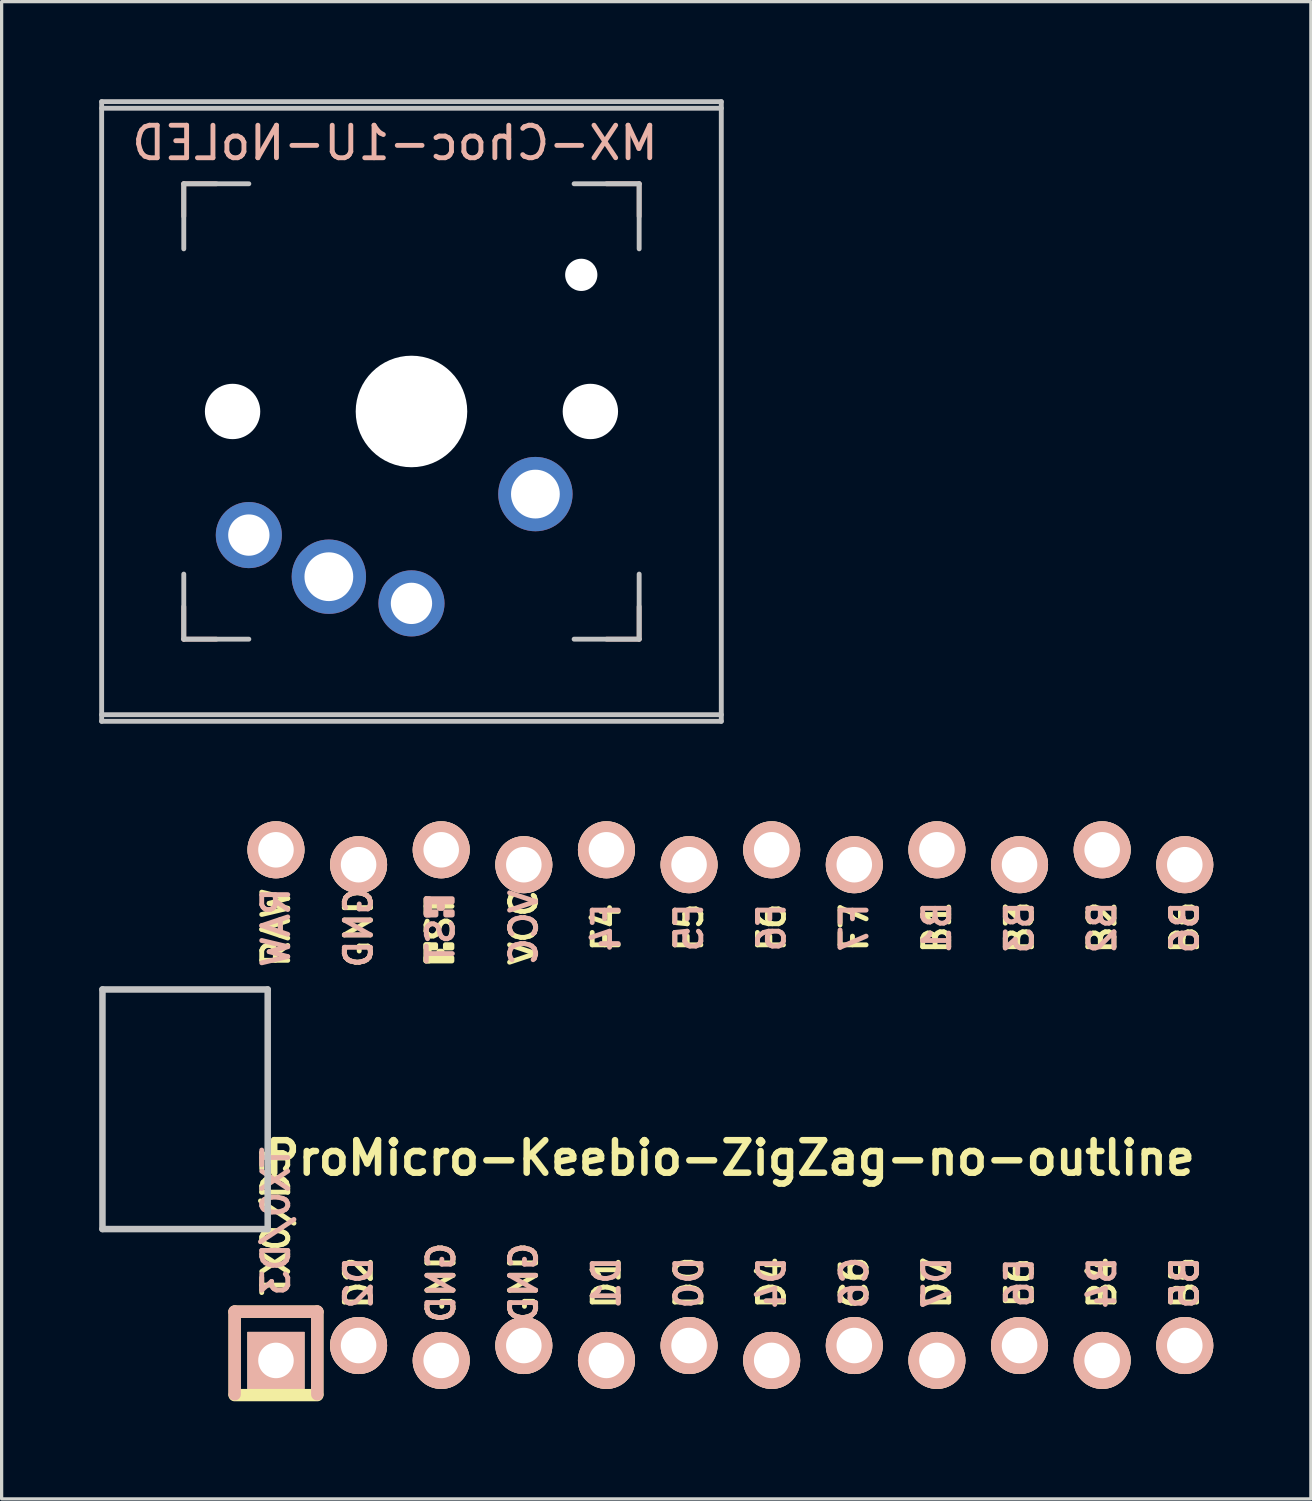
<source format=kicad_pcb>
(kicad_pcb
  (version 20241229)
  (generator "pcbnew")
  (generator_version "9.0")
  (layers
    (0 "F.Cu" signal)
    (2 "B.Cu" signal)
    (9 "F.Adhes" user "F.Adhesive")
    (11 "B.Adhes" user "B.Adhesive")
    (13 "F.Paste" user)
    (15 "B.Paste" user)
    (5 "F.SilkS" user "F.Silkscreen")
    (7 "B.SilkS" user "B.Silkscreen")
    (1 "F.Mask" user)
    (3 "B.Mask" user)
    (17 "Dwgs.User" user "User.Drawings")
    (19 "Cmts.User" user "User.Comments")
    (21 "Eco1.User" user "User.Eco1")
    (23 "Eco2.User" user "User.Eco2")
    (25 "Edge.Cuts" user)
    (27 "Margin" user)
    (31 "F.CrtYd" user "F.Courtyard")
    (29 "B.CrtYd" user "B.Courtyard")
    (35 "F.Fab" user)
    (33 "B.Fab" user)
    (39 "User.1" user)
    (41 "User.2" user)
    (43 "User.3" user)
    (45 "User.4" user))
  (footprint "ProMicro-Keebio-ZigZag-no-outline"
    (layer "F.Cu")
    (at 19.404 30.925)
    (property "Reference" "ProMicro-Keebio-ZigZag-no-outline" (at 0 1.625 0) (layer "F.SilkS") (effects (font (size 1 1) (thickness 0.2))))
    (attr through_hole)
    (fp_line (start -15.24 6.35) (end -15.24 8.89) (stroke (width 0.381) (type solid)) (layer "F.SilkS"))
    (fp_line (start -15.24 6.35) (end -12.7 6.35) (stroke (width 0.381) (type solid)) (layer "F.SilkS"))
    (fp_line (start -15.24 8.915) (end -12.7 8.915) (stroke (width 0.381) (type solid)) (layer "F.SilkS"))
    (fp_line (start -12.7 6.35) (end -12.7 8.89) (stroke (width 0.381) (type solid)) (layer "F.SilkS"))
    (fp_poly (pts (xy -9.361 -4.932) (xy -9.261 -4.932) (xy -9.261 -4.432) (xy -9.361 -4.432)) (stroke (width 0.15) (type solid)) (fill yes) (layer "F.SilkS"))
    (fp_poly (pts (xy -9.361 -4.932) (xy -9.061 -4.932) (xy -9.061 -4.832) (xy -9.361 -4.832)) (stroke (width 0.15) (type solid)) (fill yes) (layer "F.SilkS"))
    (fp_poly (pts (xy -9.361 -4.532) (xy -8.561 -4.532) (xy -8.561 -4.432) (xy -9.361 -4.432)) (stroke (width 0.15) (type solid)) (fill yes) (layer "F.SilkS"))
    (fp_poly (pts (xy -8.961 -4.732) (xy -8.861 -4.732) (xy -8.861 -4.632) (xy -8.961 -4.632)) (stroke (width 0.15) (type solid)) (fill yes) (layer "F.SilkS"))
    (fp_poly (pts (xy -8.761 -4.932) (xy -8.561 -4.932) (xy -8.561 -4.832) (xy -8.761 -4.832)) (stroke (width 0.15) (type solid)) (fill yes) (layer "F.SilkS"))
    (fp_line (start -15.24 6.35) (end -15.24 8.89) (stroke (width 0.381) (type solid)) (layer "B.SilkS"))
    (fp_line (start -15.24 6.35) (end -12.7 6.35) (stroke (width 0.381) (type solid)) (layer "B.SilkS"))
    (fp_line (start -12.7 6.35) (end -12.7 8.89) (stroke (width 0.381) (type solid)) (layer "B.SilkS"))
    (fp_poly (pts (xy -9.351 -6.245) (xy -8.551 -6.245) (xy -8.551 -6.345) (xy -9.351 -6.345)) (stroke (width 0.15) (type solid)) (fill yes) (layer "B.SilkS"))
    (fp_poly (pts (xy -9.351 -5.845) (xy -9.251 -5.845) (xy -9.251 -6.345) (xy -9.351 -6.345)) (stroke (width 0.15) (type solid)) (fill yes) (layer "B.SilkS"))
    (fp_poly (pts (xy -9.351 -5.845) (xy -9.051 -5.845) (xy -9.051 -5.945) (xy -9.351 -5.945)) (stroke (width 0.15) (type solid)) (fill yes) (layer "B.SilkS"))
    (fp_poly (pts (xy -8.951 -6.045) (xy -8.851 -6.045) (xy -8.851 -6.145) (xy -8.951 -6.145)) (stroke (width 0.15) (type solid)) (fill yes) (layer "B.SilkS"))
    (fp_poly (pts (xy -8.751 -5.845) (xy -8.551 -5.845) (xy -8.551 -5.945) (xy -8.751 -5.945)) (stroke (width 0.15) (type solid)) (fill yes) (layer "B.SilkS"))
    (fp_line (start -19.304 -3.556) (end -14.224 -3.556) (stroke (width 0.2) (type solid)) (layer "Dwgs.User"))
    (fp_line (start -19.304 3.81) (end -19.304 -3.556) (stroke (width 0.2) (type solid)) (layer "Dwgs.User"))
    (fp_line (start -14.224 -3.556) (end -14.224 3.81) (stroke (width 0.2) (type solid)) (layer "Dwgs.User"))
    (fp_line (start -14.224 3.81) (end -19.304 3.81) (stroke (width 0.2) (type solid)) (layer "Dwgs.User"))
    (fp_text user "F5" (at -1.27 -5.461 90) (layer "F.SilkS") (effects (font (size 0.8 0.8) (thickness 0.15))))
    (fp_text user "GND" (at -8.89 5.461 90) (layer "F.SilkS") (effects (font (size 0.8 0.8) (thickness 0.15))))
    (fp_text user "TX0/D3" (at -13.97 3.572 90) (layer "F.SilkS") (effects (font (size 0.8 0.8) (thickness 0.15))))
    (fp_text user "B1" (at 6.35 -5.461 90) (layer "F.SilkS") (effects (font (size 0.8 0.8) (thickness 0.15))))
    (fp_text user "B3" (at 8.89 -5.461 90) (layer "F.SilkS") (effects (font (size 0.8 0.8) (thickness 0.15))))
    (fp_text user "C6" (at 3.81 5.461 90) (layer "F.SilkS") (effects (font (size 0.8 0.8) (thickness 0.15))))
    (fp_text user "D1" (at -3.81 5.461 90) (layer "F.SilkS") (effects (font (size 0.8 0.8) (thickness 0.15))))
    (fp_text user "B2" (at 11.43 -5.461 90) (layer "F.SilkS") (effects (font (size 0.8 0.8) (thickness 0.15))))
    (fp_text user "GND" (at -11.43 -5.461 90) (layer "F.SilkS") (effects (font (size 0.8 0.8) (thickness 0.15))))
    (fp_text user "D4" (at 1.27 5.461 90) (layer "F.SilkS") (effects (font (size 0.8 0.8) (thickness 0.15))))
    (fp_text user "F7" (at 3.81 -5.461 90) (layer "F.SilkS") (effects (font (size 0.8 0.8) (thickness 0.15))))
    (fp_text user "D2" (at -11.43 5.461 90) (layer "F.SilkS") (effects (font (size 0.8 0.8) (thickness 0.15))))
    (fp_text user "F6" (at 1.27 -5.461 90) (layer "F.SilkS") (effects (font (size 0.8 0.8) (thickness 0.15))))
    (fp_text user "D7" (at 6.35 5.461 90) (layer "F.SilkS") (effects (font (size 0.8 0.8) (thickness 0.15))))
    (fp_text user "VCC" (at -6.35 -5.461 90) (layer "F.SilkS") (effects (font (size 0.8 0.8) (thickness 0.15))))
    (fp_text user "F4" (at -3.81 -5.461 90) (layer "F.SilkS") (effects (font (size 0.8 0.8) (thickness 0.15))))
    (fp_text user "ST" (at -8.92 -5.733 90) (layer "F.SilkS") (effects (font (size 0.8 0.8) (thickness 0.15))))
    (fp_text user "D0" (at -1.27 5.461 90) (layer "F.SilkS") (effects (font (size 0.8 0.8) (thickness 0.15))))
    (fp_text user "B5" (at 13.97 5.461 90) (layer "F.SilkS") (effects (font (size 0.8 0.8) (thickness 0.15))))
    (fp_text user "E6" (at 8.89 5.461 90) (layer "F.SilkS") (effects (font (size 0.8 0.8) (thickness 0.15))))
    (fp_text user "RAW" (at -13.97 -5.461 90) (layer "F.SilkS") (effects (font (size 0.8 0.8) (thickness 0.15))))
    (fp_text user "GND" (at -6.35 5.461 90) (layer "F.SilkS") (effects (font (size 0.8 0.8) (thickness 0.15))))
    (fp_text user "B6" (at 13.97 -5.461 90) (layer "F.SilkS") (effects (font (size 0.8 0.8) (thickness 0.15))))
    (fp_text user "B4" (at 11.43 5.461 90) (layer "F.SilkS") (effects (font (size 0.8 0.8) (thickness 0.15))))
    (fp_text user "F4" (at -3.81 -5.461 90) (layer "B.SilkS") (effects (font (size 0.8 0.8) (thickness 0.15)) (justify mirror)))
    (fp_text user "B3" (at 8.89 -5.461 90) (layer "B.SilkS") (effects (font (size 0.8 0.8) (thickness 0.15)) (justify mirror)))
    (fp_text user "ST" (at -8.91 -5.04 90) (layer "B.SilkS") (effects (font (size 0.8 0.8) (thickness 0.15)) (justify mirror)))
    (fp_text user "VCC" (at -6.35 -5.461 90) (layer "B.SilkS") (effects (font (size 0.8 0.8) (thickness 0.15)) (justify mirror)))
    (fp_text user "B6" (at 13.97 -5.461 90) (layer "B.SilkS") (effects (font (size 0.8 0.8) (thickness 0.15)) (justify mirror)))
    (fp_text user "D4" (at 1.27 5.461 90) (layer "B.SilkS") (effects (font (size 0.8 0.8) (thickness 0.15)) (justify mirror)))
    (fp_text user "GND" (at -8.89 5.461 90) (layer "B.SilkS") (effects (font (size 0.8 0.8) (thickness 0.15)) (justify mirror)))
    (fp_text user "D7" (at 6.35 5.461 90) (layer "B.SilkS") (effects (font (size 0.8 0.8) (thickness 0.15)) (justify mirror)))
    (fp_text user "GND" (at -11.43 -5.461 90) (layer "B.SilkS") (effects (font (size 0.8 0.8) (thickness 0.15)) (justify mirror)))
    (fp_text user "F7" (at 3.81 -5.461 90) (layer "B.SilkS") (effects (font (size 0.8 0.8) (thickness 0.15)) (justify mirror)))
    (fp_text user "B1" (at 6.35 -5.461 90) (layer "B.SilkS") (effects (font (size 0.8 0.8) (thickness 0.15)) (justify mirror)))
    (fp_text user "D2" (at -11.43 5.461 90) (layer "B.SilkS") (effects (font (size 0.8 0.8) (thickness 0.15)) (justify mirror)))
    (fp_text user "D1" (at -3.81 5.461 90) (layer "B.SilkS") (effects (font (size 0.8 0.8) (thickness 0.15)) (justify mirror)))
    (fp_text user "GND" (at -6.35 5.461 90) (layer "B.SilkS") (effects (font (size 0.8 0.8) (thickness 0.15)) (justify mirror)))
    (fp_text user "C6" (at 3.81 5.461 90) (layer "B.SilkS") (effects (font (size 0.8 0.8) (thickness 0.15)) (justify mirror)))
    (fp_text user "B5" (at 13.97 5.461 90) (layer "B.SilkS") (effects (font (size 0.8 0.8) (thickness 0.15)) (justify mirror)))
    (fp_text user "E6" (at 8.89 5.461 90) (layer "B.SilkS") (effects (font (size 0.8 0.8) (thickness 0.15)) (justify mirror)))
    (fp_text user "D0" (at -1.27 5.461 90) (layer "B.SilkS") (effects (font (size 0.8 0.8) (thickness 0.15)) (justify mirror)))
    (fp_text user "RAW" (at -13.97 -5.461 90) (layer "B.SilkS") (effects (font (size 0.8 0.8) (thickness 0.15)) (justify mirror)))
    (fp_text user "F5" (at -1.27 -5.461 90) (layer "B.SilkS") (effects (font (size 0.8 0.8) (thickness 0.15)) (justify mirror)))
    (fp_text user "F6" (at 1.27 -5.461 90) (layer "B.SilkS") (effects (font (size 0.8 0.8) (thickness 0.15)) (justify mirror)))
    (fp_text user "B4" (at 11.43 5.461 90) (layer "B.SilkS") (effects (font (size 0.8 0.8) (thickness 0.15)) (justify mirror)))
    (fp_text user "B2" (at 11.43 -5.461 90) (layer "B.SilkS") (effects (font (size 0.8 0.8) (thickness 0.15)) (justify mirror)))
    (fp_text user "TX0/D3" (at -13.97 3.572 90) (layer "B.SilkS") (effects (font (size 0.8 0.8) (thickness 0.15)) (justify mirror)))
    (pad "1" thru_hole rect (at -13.97 7.849) (size 1.753 1.753) (drill 1.092) (layers "*.Cu" "*.SilkS" "*.Mask"))
    (pad "2" thru_hole circle (at -11.43 7.391) (size 1.753 1.753) (drill 1.092) (layers "*.Cu" "*.SilkS" "*.Mask"))
    (pad "3" thru_hole circle (at -8.89 7.849) (size 1.753 1.753) (drill 1.092) (layers "*.Cu" "*.SilkS" "*.Mask"))
    (pad "4" thru_hole circle (at -6.35 7.391) (size 1.753 1.753) (drill 1.092) (layers "*.Cu" "*.SilkS" "*.Mask"))
    (pad "5" thru_hole circle (at -3.81 7.849) (size 1.753 1.753) (drill 1.092) (layers "*.Cu" "*.SilkS" "*.Mask"))
    (pad "6" thru_hole circle (at -1.27 7.391) (size 1.753 1.753) (drill 1.092) (layers "*.Cu" "*.SilkS" "*.Mask"))
    (pad "7" thru_hole circle (at 1.27 7.849) (size 1.753 1.753) (drill 1.092) (layers "*.Cu" "*.SilkS" "*.Mask"))
    (pad "8" thru_hole circle (at 3.81 7.391) (size 1.753 1.753) (drill 1.092) (layers "*.Cu" "*.SilkS" "*.Mask"))
    (pad "9" thru_hole circle (at 6.35 7.849) (size 1.753 1.753) (drill 1.092) (layers "*.Cu" "*.SilkS" "*.Mask"))
    (pad "10" thru_hole circle (at 8.89 7.391) (size 1.753 1.753) (drill 1.092) (layers "*.Cu" "*.SilkS" "*.Mask"))
    (pad "11" thru_hole circle (at 11.43 7.849) (size 1.753 1.753) (drill 1.092) (layers "*.Cu" "*.SilkS" "*.Mask"))
    (pad "12" thru_hole circle (at 13.97 7.391) (size 1.753 1.753) (drill 1.092) (layers "*.Cu" "*.SilkS" "*.Mask"))
    (pad "13" thru_hole circle (at 13.97 -7.391) (size 1.753 1.753) (drill 1.092) (layers "*.Cu" "*.SilkS" "*.Mask"))
    (pad "14" thru_hole circle (at 11.43 -7.849) (size 1.753 1.753) (drill 1.092) (layers "*.Cu" "*.SilkS" "*.Mask"))
    (pad "15" thru_hole circle (at 8.89 -7.391) (size 1.753 1.753) (drill 1.092) (layers "*.Cu" "*.SilkS" "*.Mask"))
    (pad "16" thru_hole circle (at 6.35 -7.849) (size 1.753 1.753) (drill 1.092) (layers "*.Cu" "*.SilkS" "*.Mask"))
    (pad "17" thru_hole circle (at 3.81 -7.391) (size 1.753 1.753) (drill 1.092) (layers "*.Cu" "*.SilkS" "*.Mask"))
    (pad "18" thru_hole circle (at 1.27 -7.849) (size 1.753 1.753) (drill 1.092) (layers "*.Cu" "*.SilkS" "*.Mask"))
    (pad "19" thru_hole circle (at -1.27 -7.391) (size 1.753 1.753) (drill 1.092) (layers "*.Cu" "*.SilkS" "*.Mask"))
    (pad "20" thru_hole circle (at -3.81 -7.849) (size 1.753 1.753) (drill 1.092) (layers "*.Cu" "*.SilkS" "*.Mask"))
    (pad "21" thru_hole circle (at -6.35 -7.391) (size 1.753 1.753) (drill 1.092) (layers "*.Cu" "*.SilkS" "*.Mask"))
    (pad "22" thru_hole circle (at -8.89 -7.849) (size 1.753 1.753) (drill 1.092) (layers "*.Cu" "*.SilkS" "*.Mask"))
    (pad "23" thru_hole circle (at -11.43 -7.391) (size 1.753 1.753) (drill 1.092) (layers "*.Cu" "*.SilkS" "*.Mask"))
    (pad "24" thru_hole circle (at -13.97 -7.849) (size 1.753 1.753) (drill 1.092) (layers "*.Cu" "*.SilkS" "*.Mask")))
  (footprint "MX-Choc-1U-NoLED"
    (layer "F.Cu")
    (at 9.6 9.6)
    (property "Reference" "MX-Choc-1U-NoLED" (at -0.508 -8.255 180) (layer "B.SilkS") (effects (font (size 1 1) (thickness 0.15)) (justify mirror)))
    (attr through_hole)
    (fp_line (start -7 -7) (end -6 -7) (stroke (width 0.15) (type solid)) (layer "B.SilkS"))
    (fp_line (start -7 -6) (end -7 -7) (stroke (width 0.15) (type solid)) (layer "B.SilkS"))
    (fp_line (start -7 7) (end -7 6) (stroke (width 0.15) (type solid)) (layer "B.SilkS"))
    (fp_line (start -6 7) (end -7 7) (stroke (width 0.15) (type solid)) (layer "B.SilkS"))
    (fp_line (start 6 -7) (end 7 -7) (stroke (width 0.15) (type solid)) (layer "B.SilkS"))
    (fp_line (start 7 -7) (end 7 -6) (stroke (width 0.15) (type solid)) (layer "B.SilkS"))
    (fp_line (start 7 6) (end 7 7) (stroke (width 0.15) (type solid)) (layer "B.SilkS"))
    (fp_line (start 7 7) (end 6 7) (stroke (width 0.15) (type solid)) (layer "B.SilkS"))
    (fp_line (start -9.525 -9.525) (end 9.525 -9.525) (stroke (width 0.15) (type solid)) (layer "Dwgs.User"))
    (fp_line (start -9.525 -9.322) (end 9.525 -9.322) (stroke (width 0.15) (type solid)) (layer "Dwgs.User"))
    (fp_line (start -9.525 9.322) (end 9.525 9.322) (stroke (width 0.15) (type solid)) (layer "Dwgs.User"))
    (fp_line (start -9.525 9.525) (end -9.525 -9.525) (stroke (width 0.15) (type solid)) (layer "Dwgs.User"))
    (fp_line (start -7 -7) (end -7 -5) (stroke (width 0.15) (type solid)) (layer "Dwgs.User"))
    (fp_line (start -7 5) (end -7 7) (stroke (width 0.15) (type solid)) (layer "Dwgs.User"))
    (fp_line (start -7 7) (end -5 7) (stroke (width 0.15) (type solid)) (layer "Dwgs.User"))
    (fp_line (start -5 -7) (end -7 -7) (stroke (width 0.15) (type solid)) (layer "Dwgs.User"))
    (fp_line (start 5 -7) (end 7 -7) (stroke (width 0.15) (type solid)) (layer "Dwgs.User"))
    (fp_line (start 5 7) (end 7 7) (stroke (width 0.15) (type solid)) (layer "Dwgs.User"))
    (fp_line (start 7 -7) (end 7 -5) (stroke (width 0.15) (type solid)) (layer "Dwgs.User"))
    (fp_line (start 7 7) (end 7 5) (stroke (width 0.15) (type solid)) (layer "Dwgs.User"))
    (fp_line (start 9.525 -9.525) (end 9.525 9.525) (stroke (width 0.15) (type solid)) (layer "Dwgs.User"))
    (fp_line (start 9.525 9.525) (end -9.525 9.525) (stroke (width 0.15) (type solid)) (layer "Dwgs.User"))
    (pad "" np_thru_hole circle (at -5.5 0) (size 1.702 1.702) (drill 1.702) (layers "*.Cu" "*.Mask"))
    (pad "" np_thru_hole circle (at 0 0) (size 3.429 3.429) (drill 3.429) (layers "*.Cu" "*.Mask"))
    (pad "" np_thru_hole circle (at 5.22 -4.2) (size 0.991 0.991) (drill 0.991) (layers "*.Cu" "*.Mask"))
    (pad "" np_thru_hole circle (at 5.5 0) (size 1.702 1.702) (drill 1.702) (layers "*.Cu" "*.Mask"))
    (pad "1" thru_hole circle (at -5 3.8) (size 2.032 2.032) (drill 1.27) (layers "*.Cu" "*.Mask"))
    (pad "1" thru_hole circle (at -2.54 5.08 180) (size 2.286 2.286) (drill 1.499) (layers "*.Cu" "*.Mask"))
    (pad "2" thru_hole circle (at 0 5.9) (size 2.032 2.032) (drill 1.27) (layers "*.Cu" "*.Mask"))
    (pad "2" thru_hole circle (at 3.81 2.54 180) (size 2.286 2.286) (drill 1.499) (layers "*.Cu" "*.Mask")))
  (gr_rect
    (start -3 -3)
    (end 37.25 43.031)
    (stroke (width 0.1) (type default))
    (fill no)
    (layer "Edge.Cuts")))
</source>
